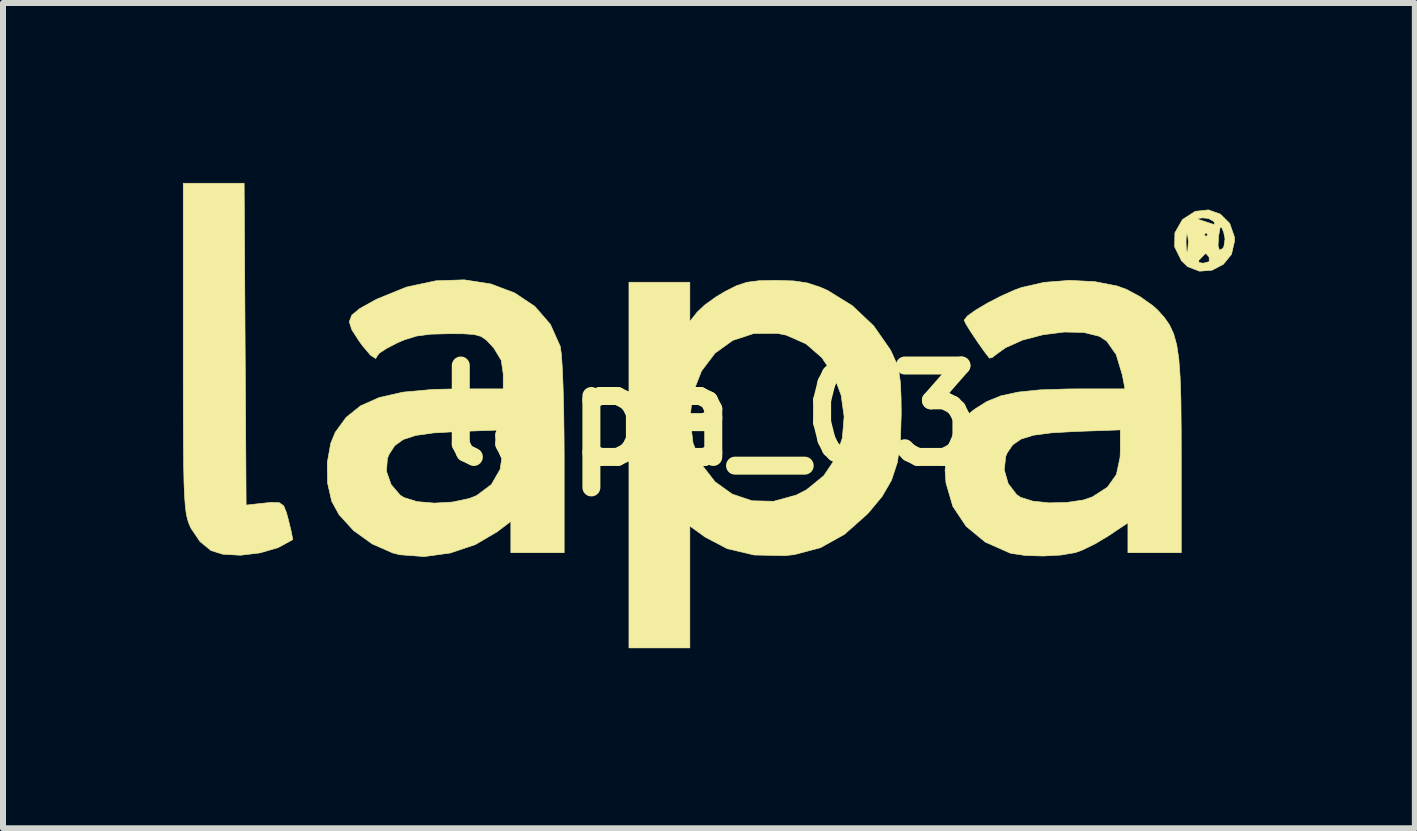
<source format=kicad_pcb>
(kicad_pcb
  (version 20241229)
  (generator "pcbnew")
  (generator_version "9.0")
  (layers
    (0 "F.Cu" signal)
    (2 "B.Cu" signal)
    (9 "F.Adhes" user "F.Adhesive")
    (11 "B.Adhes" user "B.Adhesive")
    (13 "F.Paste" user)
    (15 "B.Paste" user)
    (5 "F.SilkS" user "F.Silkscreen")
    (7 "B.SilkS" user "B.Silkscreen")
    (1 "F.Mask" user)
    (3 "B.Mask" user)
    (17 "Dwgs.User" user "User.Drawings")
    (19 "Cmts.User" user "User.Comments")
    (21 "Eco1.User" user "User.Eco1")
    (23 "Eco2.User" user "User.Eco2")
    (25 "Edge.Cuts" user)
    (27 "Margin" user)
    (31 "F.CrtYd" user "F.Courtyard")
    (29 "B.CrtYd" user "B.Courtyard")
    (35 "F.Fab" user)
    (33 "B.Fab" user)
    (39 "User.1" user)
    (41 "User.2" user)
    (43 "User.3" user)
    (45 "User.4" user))
  (footprint "lapa_03"
    (layer "F.Cu")
    (at 8.768 3.878)
    (property "Reference" "lapa_03" (at 0 0 0) (layer "F.SilkS") (effects (font (size 1.524 1.524) (thickness 0.3))))
    (attr through_hole)
    (fp_poly (pts (xy -7.732 -1.191) (xy -7.715 1.492) (xy -7.525 1.471) (xy -7.297 1.447) (xy -7.162 1.452) (xy -7.089 1.503) (xy -7.043 1.617) (xy -7.009 1.744) (xy -6.965 1.924) (xy -6.942 2.043) (xy -6.94 2.069) (xy -7.181 2.201) (xy -7.485 2.289) (xy -7.808 2.328) (xy -8.105 2.311) (xy -8.3 2.25) (xy -8.484 2.1) (xy -8.634 1.878) (xy -8.665 1.809) (xy -8.691 1.734) (xy -8.712 1.641) (xy -8.728 1.518) (xy -8.74 1.353) (xy -8.75 1.132) (xy -8.756 0.845) (xy -8.76 0.479) (xy -8.762 0.021) (xy -8.763 -0.541) (xy -8.763 -1.131) (xy -8.763 -3.873) (xy -7.748 -3.873) (xy -7.732 -1.191)) (stroke (width 0.01) (type solid)) (fill yes) (layer "F.SilkS"))
    (fp_poly (pts (xy 1.412 -2.245) (xy 1.641 -2.211) (xy 1.854 -2.141) (xy 1.981 -2.085) (xy 2.389 -1.833) (xy 2.747 -1.495) (xy 3.019 -1.105) (xy 3.049 -1.048) (xy 3.12 -0.888) (xy 3.166 -0.734) (xy 3.192 -0.55) (xy 3.203 -0.301) (xy 3.206 -0.032) (xy 3.192 0.42) (xy 3.142 0.779) (xy 3.044 1.077) (xy 2.889 1.345) (xy 2.666 1.614) (xy 2.64 1.642) (xy 2.259 1.98) (xy 1.86 2.202) (xy 1.422 2.318) (xy 1.261 2.335) (xy 0.753 2.324) (xy 0.304 2.218) (xy -0.062 2.026) (xy -0.318 1.841) (xy -0.318 3.873) (xy -1.333 3.873) (xy -1.333 0.035) (xy -0.316 0.035) (xy -0.265 0.458) (xy -0.121 0.817) (xy 0.102 1.104) (xy 0.386 1.308) (xy 0.717 1.42) (xy 1.077 1.429) (xy 1.453 1.326) (xy 1.624 1.239) (xy 1.914 1.004) (xy 2.113 0.708) (xy 2.225 0.371) (xy 2.254 0.015) (xy 2.204 -0.341) (xy 2.079 -0.675) (xy 1.882 -0.967) (xy 1.618 -1.196) (xy 1.289 -1.341) (xy 1.139 -1.371) (xy 0.746 -1.368) (xy 0.396 -1.253) (xy 0.102 -1.041) (xy -0.124 -0.743) (xy -0.268 -0.373) (xy -0.316 0.035) (xy -1.333 0.035) (xy -1.333 -2.223) (xy -0.318 -2.223) (xy -0.318 -1.57) (xy -0.196 -1.724) (xy -0.074 -1.84) (xy 0.115 -1.976) (xy 0.264 -2.066) (xy 0.459 -2.165) (xy 0.632 -2.222) (xy 0.833 -2.248) (xy 1.111 -2.254) (xy 1.412 -2.245)) (stroke (width 0.01) (type solid)) (fill yes) (layer "F.SilkS"))
    (fp_poly (pts (xy 8.527 -3.358) (xy 8.681 -3.205) (xy 8.759 -2.982) (xy 8.763 -2.912) (xy 8.711 -2.688) (xy 8.575 -2.522) (xy 8.388 -2.424) (xy 8.179 -2.407) (xy 7.981 -2.483) (xy 7.879 -2.58) (xy 7.875 -2.588) (xy 8.164 -2.588) (xy 8.169 -2.551) (xy 8.242 -2.54) (xy 8.34 -2.566) (xy 8.339 -2.641) (xy 8.289 -2.701) (xy 8.261 -2.688) (xy 8.176 -2.598) (xy 8.164 -2.588) (xy 7.875 -2.588) (xy 7.764 -2.812) (xy 7.765 -2.889) (xy 7.954 -2.889) (xy 7.959 -2.759) (xy 7.973 -2.725) (xy 7.981 -2.746) (xy 7.988 -2.831) (xy 8.487 -2.831) (xy 8.512 -2.755) (xy 8.565 -2.786) (xy 8.585 -2.818) (xy 8.604 -2.946) (xy 8.582 -3.056) (xy 8.544 -3.146) (xy 8.521 -3.131) (xy 8.498 -3) (xy 8.497 -2.998) (xy 8.487 -2.831) (xy 7.988 -2.831) (xy 7.993 -2.898) (xy 7.982 -3) (xy 7.975 -3.016) (xy 8.255 -3.016) (xy 8.287 -2.985) (xy 8.319 -3.016) (xy 8.287 -3.048) (xy 8.255 -3.016) (xy 7.975 -3.016) (xy 7.966 -3.035) (xy 7.955 -2.959) (xy 7.954 -2.889) (xy 7.765 -2.889) (xy 7.768 -3.047) (xy 7.889 -3.259) (xy 7.903 -3.273) (xy 7.925 -3.288) (xy 8.146 -3.288) (xy 8.17 -3.267) (xy 8.255 -3.239) (xy 8.38 -3.198) (xy 8.433 -3.181) (xy 8.426 -3.217) (xy 8.414 -3.239) (xy 8.326 -3.287) (xy 8.235 -3.296) (xy 8.146 -3.288) (xy 7.925 -3.288) (xy 8.108 -3.405) (xy 8.327 -3.429) (xy 8.527 -3.358)) (stroke (width 0.01) (type solid)) (fill yes) (layer "F.SilkS"))
    (fp_poly (pts (xy -3.635 -2.194) (xy -3.237 -2.044) (xy -2.901 -1.819) (xy -2.643 -1.521) (xy -2.479 -1.155) (xy -2.478 -1.15) (xy -2.46 -1.024) (xy -2.444 -0.792) (xy -2.431 -0.472) (xy -2.421 -0.087) (xy -2.415 0.344) (xy -2.413 0.683) (xy -2.413 2.286) (xy -3.302 2.286) (xy -3.302 1.763) (xy -3.532 1.938) (xy -3.895 2.151) (xy -4.313 2.291) (xy -4.745 2.35) (xy -5.151 2.32) (xy -5.271 2.29) (xy -5.614 2.139) (xy -5.924 1.916) (xy -6.166 1.651) (xy -6.288 1.429) (xy -6.357 1.125) (xy -6.36 0.929) (xy -5.376 0.929) (xy -5.298 1.15) (xy -5.147 1.326) (xy -5.087 1.365) (xy -4.868 1.434) (xy -4.581 1.459) (xy -4.273 1.441) (xy -3.994 1.382) (xy -3.872 1.333) (xy -3.626 1.149) (xy -3.481 0.896) (xy -3.429 0.562) (xy -3.429 0.535) (xy -3.429 0.238) (xy -4.191 0.266) (xy -4.593 0.289) (xy -4.889 0.331) (xy -5.097 0.399) (xy -5.238 0.501) (xy -5.331 0.644) (xy -5.36 0.715) (xy -5.376 0.929) (xy -6.36 0.929) (xy -6.362 0.785) (xy -6.305 0.464) (xy -6.23 0.28) (xy -6.047 0.029) (xy -5.807 -0.163) (xy -5.496 -0.301) (xy -5.099 -0.391) (xy -4.603 -0.436) (xy -4.209 -0.445) (xy -3.429 -0.445) (xy -3.429 -0.697) (xy -3.462 -0.922) (xy -3.581 -1.119) (xy -3.614 -1.158) (xy -3.71 -1.259) (xy -3.799 -1.32) (xy -3.915 -1.352) (xy -4.093 -1.364) (xy -4.334 -1.365) (xy -4.642 -1.357) (xy -4.873 -1.326) (xy -5.075 -1.264) (xy -5.196 -1.212) (xy -5.374 -1.12) (xy -5.493 -1.042) (xy -5.524 -1.005) (xy -5.554 -0.951) (xy -5.638 -1.004) (xy -5.771 -1.16) (xy -5.837 -1.251) (xy -5.953 -1.431) (xy -5.995 -1.564) (xy -5.954 -1.674) (xy -5.819 -1.785) (xy -5.58 -1.918) (xy -5.526 -1.946) (xy -5.04 -2.143) (xy -4.552 -2.247) (xy -4.079 -2.263) (xy -3.635 -2.194)) (stroke (width 0.01) (type solid)) (fill yes) (layer "F.SilkS"))
    (fp_poly (pts (xy 6.432 -2.233) (xy 6.806 -2.16) (xy 6.961 -2.104) (xy 7.189 -1.981) (xy 7.401 -1.831) (xy 7.482 -1.758) (xy 7.593 -1.634) (xy 7.68 -1.508) (xy 7.748 -1.361) (xy 7.798 -1.18) (xy 7.833 -0.947) (xy 7.855 -0.646) (xy 7.868 -0.262) (xy 7.873 0.221) (xy 7.874 0.643) (xy 7.874 2.286) (xy 6.985 2.286) (xy 6.985 1.787) (xy 6.664 2.002) (xy 6.445 2.134) (xy 6.226 2.241) (xy 6.109 2.284) (xy 5.867 2.325) (xy 5.57 2.341) (xy 5.275 2.332) (xy 5.04 2.297) (xy 5.016 2.29) (xy 4.607 2.109) (xy 4.288 1.846) (xy 4.066 1.513) (xy 3.952 1.122) (xy 3.937 0.908) (xy 3.938 0.904) (xy 4.923 0.904) (xy 4.989 1.134) (xy 5.129 1.317) (xy 5.196 1.363) (xy 5.397 1.426) (xy 5.671 1.455) (xy 5.968 1.448) (xy 6.238 1.408) (xy 6.39 1.357) (xy 6.643 1.194) (xy 6.793 0.983) (xy 6.854 0.698) (xy 6.858 0.587) (xy 6.858 0.238) (xy 6.104 0.265) (xy 5.704 0.288) (xy 5.411 0.327) (xy 5.205 0.391) (xy 5.066 0.486) (xy 4.974 0.619) (xy 4.948 0.679) (xy 4.923 0.904) (xy 3.938 0.904) (xy 3.979 0.528) (xy 4.112 0.22) (xy 4.35 -0.043) (xy 4.426 -0.104) (xy 4.632 -0.234) (xy 4.868 -0.329) (xy 5.157 -0.392) (xy 5.521 -0.429) (xy 5.983 -0.444) (xy 6.138 -0.445) (xy 6.936 -0.445) (xy 6.891 -0.68) (xy 6.789 -1.018) (xy 6.631 -1.242) (xy 6.511 -1.321) (xy 6.251 -1.386) (xy 5.924 -1.393) (xy 5.57 -1.348) (xy 5.23 -1.259) (xy 4.945 -1.132) (xy 4.818 -1.041) (xy 4.721 -0.968) (xy 4.676 -0.958) (xy 4.589 -1.071) (xy 4.479 -1.227) (xy 4.37 -1.39) (xy 4.287 -1.523) (xy 4.255 -1.59) (xy 4.308 -1.659) (xy 4.449 -1.76) (xy 4.647 -1.877) (xy 4.874 -1.994) (xy 5.099 -2.094) (xy 5.207 -2.134) (xy 5.588 -2.221) (xy 6.011 -2.254) (xy 6.432 -2.233)) (stroke (width 0.01) (type solid)) (fill yes) (layer "F.SilkS")))
  (gr_rect
    (start -3 -3)
    (end 20.536 10.757)
    (stroke (width 0.1) (type default))
    (fill no)
    (layer "Edge.Cuts")))
</source>
